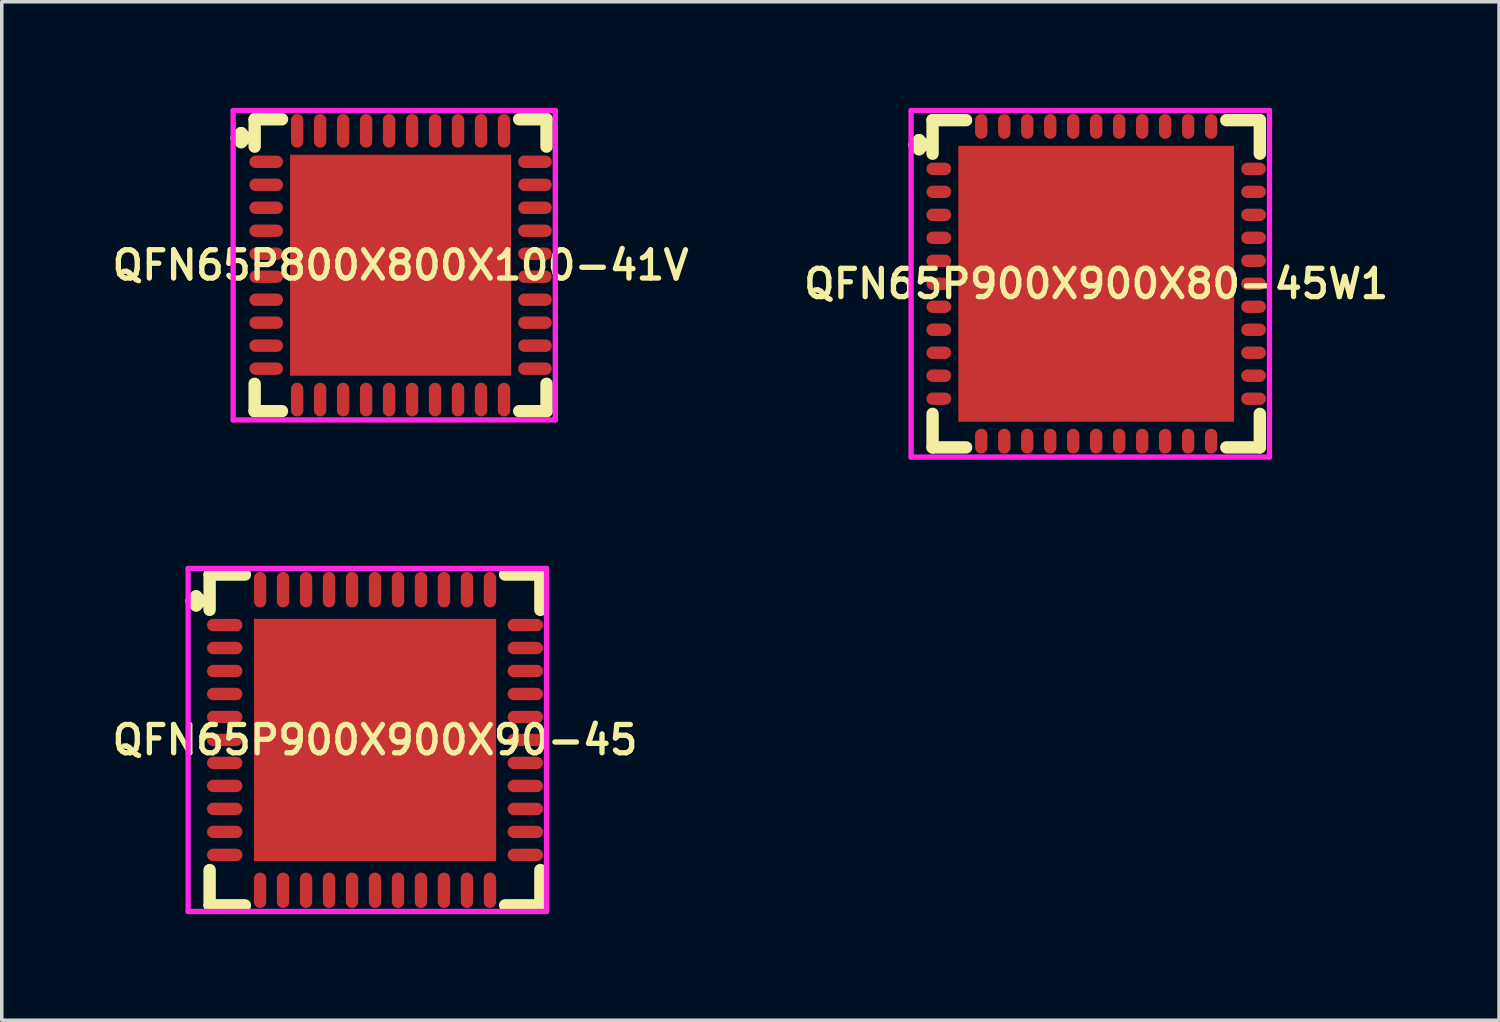
<source format=kicad_pcb>
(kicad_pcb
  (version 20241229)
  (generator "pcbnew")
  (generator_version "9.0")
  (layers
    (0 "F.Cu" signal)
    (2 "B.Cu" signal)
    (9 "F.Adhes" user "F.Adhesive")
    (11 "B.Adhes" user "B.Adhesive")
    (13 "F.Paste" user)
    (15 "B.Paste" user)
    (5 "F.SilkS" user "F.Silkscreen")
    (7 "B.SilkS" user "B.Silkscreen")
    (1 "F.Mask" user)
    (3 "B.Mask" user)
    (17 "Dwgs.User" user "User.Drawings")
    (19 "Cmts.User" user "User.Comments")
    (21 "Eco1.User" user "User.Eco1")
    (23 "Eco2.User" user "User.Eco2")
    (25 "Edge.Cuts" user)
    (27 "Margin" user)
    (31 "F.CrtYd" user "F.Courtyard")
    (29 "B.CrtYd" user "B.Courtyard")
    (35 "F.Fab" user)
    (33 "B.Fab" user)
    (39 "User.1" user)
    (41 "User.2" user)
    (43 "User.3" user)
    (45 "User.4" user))
  (footprint "QFN65P900X900X80-45W1"
    (layer "F.Cu")
    (at 27.949 4.975)
    (property "Reference" "QFN65P900X900X80-45W1" (at 0 0 0) (layer "F.SilkS") (effects (font (size 0.8 0.8) (thickness 0.15))))
    (attr through_hole)
    (fp_line (start -5.135 -3.933) (end -5.008 -4.06) (stroke (width 0.35) (type solid)) (layer "F.SilkS"))
    (fp_line (start -5.008 -4.06) (end -4.881 -3.933) (stroke (width 0.35) (type solid)) (layer "F.SilkS"))
    (fp_line (start -5.008 -3.806) (end -5.135 -3.933) (stroke (width 0.35) (type solid)) (layer "F.SilkS"))
    (fp_line (start -4.881 -3.933) (end -5.008 -3.806) (stroke (width 0.35) (type solid)) (layer "F.SilkS"))
    (fp_line (start -4.627 -4.627) (end -3.679 -4.627) (stroke (width 0.35) (type solid)) (layer "F.SilkS"))
    (fp_line (start -4.627 -3.679) (end -4.627 -4.627) (stroke (width 0.35) (type solid)) (layer "F.SilkS"))
    (fp_line (start -4.627 3.679) (end -4.627 4.627) (stroke (width 0.35) (type solid)) (layer "F.SilkS"))
    (fp_line (start -4.627 4.627) (end -3.679 4.627) (stroke (width 0.35) (type solid)) (layer "F.SilkS"))
    (fp_line (start 3.679 -4.627) (end 4.627 -4.627) (stroke (width 0.35) (type solid)) (layer "F.SilkS"))
    (fp_line (start 3.679 4.627) (end 4.627 4.627) (stroke (width 0.35) (type solid)) (layer "F.SilkS"))
    (fp_line (start 4.627 -4.627) (end 4.627 -3.679) (stroke (width 0.35) (type solid)) (layer "F.SilkS"))
    (fp_line (start 4.627 4.627) (end 4.627 3.679) (stroke (width 0.35) (type solid)) (layer "F.SilkS"))
    (fp_line (start -5.235 -4.9) (end 4.9 -4.9) (stroke (width 0.15) (type solid)) (layer "F.CrtYd"))
    (fp_line (start -5.235 4.9) (end -5.235 -4.9) (stroke (width 0.15) (type solid)) (layer "F.CrtYd"))
    (fp_line (start 4.9 -4.9) (end 4.9 4.9) (stroke (width 0.15) (type solid)) (layer "F.CrtYd"))
    (fp_line (start 4.9 4.9) (end -5.235 4.9) (stroke (width 0.15) (type solid)) (layer "F.CrtYd"))
    (pad "1" smd oval (at -4.45 -3.25) (size 0.7 0.35) (layers "F.Cu" "F.Mask" "F.Paste"))
    (pad "2" smd oval (at -4.45 -2.6) (size 0.7 0.35) (layers "F.Cu" "F.Mask" "F.Paste"))
    (pad "3" smd oval (at -4.45 -1.95) (size 0.7 0.35) (layers "F.Cu" "F.Mask" "F.Paste"))
    (pad "4" smd oval (at -4.45 -1.3) (size 0.7 0.35) (layers "F.Cu" "F.Mask" "F.Paste"))
    (pad "5" smd oval (at -4.45 -0.65) (size 0.7 0.35) (layers "F.Cu" "F.Mask" "F.Paste"))
    (pad "6" smd oval (at -4.45 0) (size 0.7 0.35) (layers "F.Cu" "F.Mask" "F.Paste"))
    (pad "7" smd oval (at -4.45 0.65) (size 0.7 0.35) (layers "F.Cu" "F.Mask" "F.Paste"))
    (pad "8" smd oval (at -4.45 1.3) (size 0.7 0.35) (layers "F.Cu" "F.Mask" "F.Paste"))
    (pad "9" smd oval (at -4.45 1.95) (size 0.7 0.35) (layers "F.Cu" "F.Mask" "F.Paste"))
    (pad "10" smd oval (at -4.45 2.6) (size 0.7 0.35) (layers "F.Cu" "F.Mask" "F.Paste"))
    (pad "11" smd oval (at -4.45 3.25) (size 0.7 0.35) (layers "F.Cu" "F.Mask" "F.Paste"))
    (pad "12" smd oval (at -3.25 4.45) (size 0.35 0.7) (layers "F.Cu" "F.Mask" "F.Paste"))
    (pad "13" smd oval (at -2.6 4.45) (size 0.35 0.7) (layers "F.Cu" "F.Mask" "F.Paste"))
    (pad "14" smd oval (at -1.95 4.45) (size 0.35 0.7) (layers "F.Cu" "F.Mask" "F.Paste"))
    (pad "15" smd oval (at -1.3 4.45) (size 0.35 0.7) (layers "F.Cu" "F.Mask" "F.Paste"))
    (pad "16" smd oval (at -0.65 4.45) (size 0.35 0.7) (layers "F.Cu" "F.Mask" "F.Paste"))
    (pad "17" smd oval (at 0 4.45) (size 0.35 0.7) (layers "F.Cu" "F.Mask" "F.Paste"))
    (pad "18" smd oval (at 0.65 4.45) (size 0.35 0.7) (layers "F.Cu" "F.Mask" "F.Paste"))
    (pad "19" smd oval (at 1.3 4.45) (size 0.35 0.7) (layers "F.Cu" "F.Mask" "F.Paste"))
    (pad "20" smd oval (at 1.95 4.45) (size 0.35 0.7) (layers "F.Cu" "F.Mask" "F.Paste"))
    (pad "21" smd oval (at 2.6 4.45) (size 0.35 0.7) (layers "F.Cu" "F.Mask" "F.Paste"))
    (pad "22" smd oval (at 3.25 4.45) (size 0.35 0.7) (layers "F.Cu" "F.Mask" "F.Paste"))
    (pad "23" smd oval (at 4.45 3.25) (size 0.7 0.35) (layers "F.Cu" "F.Mask" "F.Paste"))
    (pad "24" smd oval (at 4.45 2.6) (size 0.7 0.35) (layers "F.Cu" "F.Mask" "F.Paste"))
    (pad "25" smd oval (at 4.45 1.95) (size 0.7 0.35) (layers "F.Cu" "F.Mask" "F.Paste"))
    (pad "26" smd oval (at 4.45 1.3) (size 0.7 0.35) (layers "F.Cu" "F.Mask" "F.Paste"))
    (pad "27" smd oval (at 4.45 0.65) (size 0.7 0.35) (layers "F.Cu" "F.Mask" "F.Paste"))
    (pad "28" smd oval (at 4.45 0) (size 0.7 0.35) (layers "F.Cu" "F.Mask" "F.Paste"))
    (pad "29" smd oval (at 4.45 -0.65) (size 0.7 0.35) (layers "F.Cu" "F.Mask" "F.Paste"))
    (pad "30" smd oval (at 4.45 -1.3) (size 0.7 0.35) (layers "F.Cu" "F.Mask" "F.Paste"))
    (pad "31" smd oval (at 4.45 -1.95) (size 0.7 0.35) (layers "F.Cu" "F.Mask" "F.Paste"))
    (pad "32" smd oval (at 4.45 -2.6) (size 0.7 0.35) (layers "F.Cu" "F.Mask" "F.Paste"))
    (pad "33" smd oval (at 4.45 -3.25) (size 0.7 0.35) (layers "F.Cu" "F.Mask" "F.Paste"))
    (pad "34" smd oval (at 3.25 -4.45) (size 0.35 0.7) (layers "F.Cu" "F.Mask" "F.Paste"))
    (pad "35" smd oval (at 2.6 -4.45) (size 0.35 0.7) (layers "F.Cu" "F.Mask" "F.Paste"))
    (pad "36" smd oval (at 1.95 -4.45) (size 0.35 0.7) (layers "F.Cu" "F.Mask" "F.Paste"))
    (pad "37" smd oval (at 1.3 -4.45) (size 0.35 0.7) (layers "F.Cu" "F.Mask" "F.Paste"))
    (pad "38" smd oval (at 0.65 -4.45) (size 0.35 0.7) (layers "F.Cu" "F.Mask" "F.Paste"))
    (pad "39" smd oval (at 0 -4.45) (size 0.35 0.7) (layers "F.Cu" "F.Mask" "F.Paste"))
    (pad "40" smd oval (at -0.65 -4.45) (size 0.35 0.7) (layers "F.Cu" "F.Mask" "F.Paste"))
    (pad "41" smd oval (at -1.3 -4.45) (size 0.35 0.7) (layers "F.Cu" "F.Mask" "F.Paste"))
    (pad "42" smd oval (at -1.95 -4.45) (size 0.35 0.7) (layers "F.Cu" "F.Mask" "F.Paste"))
    (pad "43" smd oval (at -2.6 -4.45) (size 0.35 0.7) (layers "F.Cu" "F.Mask" "F.Paste"))
    (pad "44" smd oval (at -3.25 -4.45) (size 0.35 0.7) (layers "F.Cu" "F.Mask" "F.Paste"))
    (pad "45" smd rect (at 0 0) (size 7.8 7.8) (layers "F.Cu" "F.Mask" "F.Paste")))
  (footprint "QFN65P800X800X100-41V"
    (layer "F.Cu")
    (at 8.278 4.45)
    (property "Reference" "QFN65P800X800X100-41V" (at 0 0 0) (layer "F.SilkS") (effects (font (size 0.8 0.8) (thickness 0.15))))
    (attr smd)
    (fp_line (start -4.635 -3.608) (end -4.508 -3.735) (stroke (width 0.35) (type solid)) (layer "F.SilkS"))
    (fp_line (start -4.508 -3.735) (end -4.381 -3.608) (stroke (width 0.35) (type solid)) (layer "F.SilkS"))
    (fp_line (start -4.508 -3.481) (end -4.635 -3.608) (stroke (width 0.35) (type solid)) (layer "F.SilkS"))
    (fp_line (start -4.381 -3.608) (end -4.508 -3.481) (stroke (width 0.35) (type solid)) (layer "F.SilkS"))
    (fp_line (start -4.127 -4.127) (end -3.354 -4.127) (stroke (width 0.35) (type solid)) (layer "F.SilkS"))
    (fp_line (start -4.127 -3.354) (end -4.127 -4.127) (stroke (width 0.35) (type solid)) (layer "F.SilkS"))
    (fp_line (start -4.127 3.354) (end -4.127 4.127) (stroke (width 0.35) (type solid)) (layer "F.SilkS"))
    (fp_line (start -4.127 4.127) (end -3.354 4.127) (stroke (width 0.35) (type solid)) (layer "F.SilkS"))
    (fp_line (start 3.354 -4.127) (end 4.127 -4.127) (stroke (width 0.35) (type solid)) (layer "F.SilkS"))
    (fp_line (start 3.354 4.127) (end 4.127 4.127) (stroke (width 0.35) (type solid)) (layer "F.SilkS"))
    (fp_line (start 4.127 -4.127) (end 4.127 -3.354) (stroke (width 0.35) (type solid)) (layer "F.SilkS"))
    (fp_line (start 4.127 4.127) (end 4.127 3.354) (stroke (width 0.35) (type solid)) (layer "F.SilkS"))
    (fp_line (start -4.735 -4.375) (end 4.375 -4.375) (stroke (width 0.15) (type solid)) (layer "F.CrtYd"))
    (fp_line (start -4.735 4.375) (end -4.735 -4.375) (stroke (width 0.15) (type solid)) (layer "F.CrtYd"))
    (fp_line (start 4.375 -4.375) (end 4.375 4.375) (stroke (width 0.15) (type solid)) (layer "F.CrtYd"))
    (fp_line (start 4.375 4.375) (end -4.735 4.375) (stroke (width 0.15) (type solid)) (layer "F.CrtYd"))
    (pad "1" smd oval (at -3.8 -2.925) (size 0.95 0.35) (layers "F.Cu" "F.Mask" "F.Paste"))
    (pad "2" smd oval (at -3.8 -2.275) (size 0.95 0.35) (layers "F.Cu" "F.Mask" "F.Paste"))
    (pad "3" smd oval (at -3.8 -1.625) (size 0.95 0.35) (layers "F.Cu" "F.Mask" "F.Paste"))
    (pad "4" smd oval (at -3.8 -0.975) (size 0.95 0.35) (layers "F.Cu" "F.Mask" "F.Paste"))
    (pad "5" smd oval (at -3.8 -0.325) (size 0.95 0.35) (layers "F.Cu" "F.Mask" "F.Paste"))
    (pad "6" smd oval (at -3.8 0.325) (size 0.95 0.35) (layers "F.Cu" "F.Mask" "F.Paste"))
    (pad "7" smd oval (at -3.8 0.975) (size 0.95 0.35) (layers "F.Cu" "F.Mask" "F.Paste"))
    (pad "8" smd oval (at -3.8 1.625) (size 0.95 0.35) (layers "F.Cu" "F.Mask" "F.Paste"))
    (pad "9" smd oval (at -3.8 2.275) (size 0.95 0.35) (layers "F.Cu" "F.Mask" "F.Paste"))
    (pad "10" smd oval (at -3.8 2.925) (size 0.95 0.35) (layers "F.Cu" "F.Mask" "F.Paste"))
    (pad "11" smd oval (at -2.925 3.8) (size 0.35 0.95) (layers "F.Cu" "F.Mask" "F.Paste"))
    (pad "12" smd oval (at -2.275 3.8) (size 0.35 0.95) (layers "F.Cu" "F.Mask" "F.Paste"))
    (pad "13" smd oval (at -1.625 3.8) (size 0.35 0.95) (layers "F.Cu" "F.Mask" "F.Paste"))
    (pad "14" smd oval (at -0.975 3.8) (size 0.35 0.95) (layers "F.Cu" "F.Mask" "F.Paste"))
    (pad "15" smd oval (at -0.325 3.8) (size 0.35 0.95) (layers "F.Cu" "F.Mask" "F.Paste"))
    (pad "16" smd oval (at 0.325 3.8) (size 0.35 0.95) (layers "F.Cu" "F.Mask" "F.Paste"))
    (pad "17" smd oval (at 0.975 3.8) (size 0.35 0.95) (layers "F.Cu" "F.Mask" "F.Paste"))
    (pad "18" smd oval (at 1.625 3.8) (size 0.35 0.95) (layers "F.Cu" "F.Mask" "F.Paste"))
    (pad "19" smd oval (at 2.275 3.8) (size 0.35 0.95) (layers "F.Cu" "F.Mask" "F.Paste"))
    (pad "20" smd oval (at 2.925 3.8) (size 0.35 0.95) (layers "F.Cu" "F.Mask" "F.Paste"))
    (pad "21" smd oval (at 3.8 2.925) (size 0.95 0.35) (layers "F.Cu" "F.Mask" "F.Paste"))
    (pad "22" smd oval (at 3.8 2.275) (size 0.95 0.35) (layers "F.Cu" "F.Mask" "F.Paste"))
    (pad "23" smd oval (at 3.8 1.625) (size 0.95 0.35) (layers "F.Cu" "F.Mask" "F.Paste"))
    (pad "24" smd oval (at 3.8 0.975) (size 0.95 0.35) (layers "F.Cu" "F.Mask" "F.Paste"))
    (pad "25" smd oval (at 3.8 0.325) (size 0.95 0.35) (layers "F.Cu" "F.Mask" "F.Paste"))
    (pad "26" smd oval (at 3.8 -0.325) (size 0.95 0.35) (layers "F.Cu" "F.Mask" "F.Paste"))
    (pad "27" smd oval (at 3.8 -0.975) (size 0.95 0.35) (layers "F.Cu" "F.Mask" "F.Paste"))
    (pad "28" smd oval (at 3.8 -1.625) (size 0.95 0.35) (layers "F.Cu" "F.Mask" "F.Paste"))
    (pad "29" smd oval (at 3.8 -2.275) (size 0.95 0.35) (layers "F.Cu" "F.Mask" "F.Paste"))
    (pad "30" smd oval (at 3.8 -2.925) (size 0.95 0.35) (layers "F.Cu" "F.Mask" "F.Paste"))
    (pad "31" smd oval (at 2.925 -3.8) (size 0.35 0.95) (layers "F.Cu" "F.Mask" "F.Paste"))
    (pad "32" smd oval (at 2.275 -3.8) (size 0.35 0.95) (layers "F.Cu" "F.Mask" "F.Paste"))
    (pad "33" smd oval (at 1.625 -3.8) (size 0.35 0.95) (layers "F.Cu" "F.Mask" "F.Paste"))
    (pad "34" smd oval (at 0.975 -3.8) (size 0.35 0.95) (layers "F.Cu" "F.Mask" "F.Paste"))
    (pad "35" smd oval (at 0.325 -3.8) (size 0.35 0.95) (layers "F.Cu" "F.Mask" "F.Paste"))
    (pad "36" smd oval (at -0.325 -3.8) (size 0.35 0.95) (layers "F.Cu" "F.Mask" "F.Paste"))
    (pad "37" smd oval (at -0.975 -3.8) (size 0.35 0.95) (layers "F.Cu" "F.Mask" "F.Paste"))
    (pad "38" smd oval (at -1.625 -3.8) (size 0.35 0.95) (layers "F.Cu" "F.Mask" "F.Paste"))
    (pad "39" smd oval (at -2.275 -3.8) (size 0.35 0.95) (layers "F.Cu" "F.Mask" "F.Paste"))
    (pad "40" smd oval (at -2.925 -3.8) (size 0.35 0.95) (layers "F.Cu" "F.Mask" "F.Paste"))
    (pad "41" smd rect (at 0 0) (size 6.25 6.25) (layers "F.Cu" "F.Mask" "F.Paste")))
  (footprint "QFN65P900X900X90-45"
    (layer "F.Cu")
    (at 7.555 17.875)
    (property "Reference" "QFN65P900X900X90-45" (at 0 0 0) (layer "F.SilkS") (effects (font (size 0.8 0.8) (thickness 0.15))))
    (attr smd)
    (fp_line (start -5.185 -3.933) (end -5.058 -4.06) (stroke (width 0.35) (type solid)) (layer "F.SilkS"))
    (fp_line (start -5.058 -4.06) (end -4.931 -3.933) (stroke (width 0.35) (type solid)) (layer "F.SilkS"))
    (fp_line (start -5.058 -3.806) (end -5.185 -3.933) (stroke (width 0.35) (type solid)) (layer "F.SilkS"))
    (fp_line (start -4.931 -3.933) (end -5.058 -3.806) (stroke (width 0.35) (type solid)) (layer "F.SilkS"))
    (fp_line (start -4.677 -4.677) (end -3.679 -4.677) (stroke (width 0.35) (type solid)) (layer "F.SilkS"))
    (fp_line (start -4.677 -3.679) (end -4.677 -4.677) (stroke (width 0.35) (type solid)) (layer "F.SilkS"))
    (fp_line (start -4.677 3.679) (end -4.677 4.677) (stroke (width 0.35) (type solid)) (layer "F.SilkS"))
    (fp_line (start -4.677 4.677) (end -3.679 4.677) (stroke (width 0.35) (type solid)) (layer "F.SilkS"))
    (fp_line (start 3.679 -4.677) (end 4.677 -4.677) (stroke (width 0.35) (type solid)) (layer "F.SilkS"))
    (fp_line (start 3.679 4.677) (end 4.677 4.677) (stroke (width 0.35) (type solid)) (layer "F.SilkS"))
    (fp_line (start 4.677 -4.677) (end 4.677 -3.679) (stroke (width 0.35) (type solid)) (layer "F.SilkS"))
    (fp_line (start 4.677 4.677) (end 4.677 3.679) (stroke (width 0.35) (type solid)) (layer "F.SilkS"))
    (fp_line (start -5.285 -4.85) (end 4.85 -4.85) (stroke (width 0.15) (type solid)) (layer "F.CrtYd"))
    (fp_line (start -5.285 4.85) (end -5.285 -4.85) (stroke (width 0.15) (type solid)) (layer "F.CrtYd"))
    (fp_line (start 4.85 -4.85) (end 4.85 4.85) (stroke (width 0.15) (type solid)) (layer "F.CrtYd"))
    (fp_line (start 4.85 4.85) (end -5.285 4.85) (stroke (width 0.15) (type solid)) (layer "F.CrtYd"))
    (pad "1" smd oval (at -4.25 -3.25) (size 1 0.35) (layers "F.Cu" "F.Mask" "F.Paste"))
    (pad "2" smd oval (at -4.25 -2.6) (size 1 0.35) (layers "F.Cu" "F.Mask" "F.Paste"))
    (pad "3" smd oval (at -4.25 -1.95) (size 1 0.35) (layers "F.Cu" "F.Mask" "F.Paste"))
    (pad "4" smd oval (at -4.25 -1.3) (size 1 0.35) (layers "F.Cu" "F.Mask" "F.Paste"))
    (pad "5" smd oval (at -4.25 -0.65) (size 1 0.35) (layers "F.Cu" "F.Mask" "F.Paste"))
    (pad "6" smd oval (at -4.25 0) (size 1 0.35) (layers "F.Cu" "F.Mask" "F.Paste"))
    (pad "7" smd oval (at -4.25 0.65) (size 1 0.35) (layers "F.Cu" "F.Mask" "F.Paste"))
    (pad "8" smd oval (at -4.25 1.3) (size 1 0.35) (layers "F.Cu" "F.Mask" "F.Paste"))
    (pad "9" smd oval (at -4.25 1.95) (size 1 0.35) (layers "F.Cu" "F.Mask" "F.Paste"))
    (pad "10" smd oval (at -4.25 2.6) (size 1 0.35) (layers "F.Cu" "F.Mask" "F.Paste"))
    (pad "11" smd oval (at -4.25 3.25) (size 1 0.35) (layers "F.Cu" "F.Mask" "F.Paste"))
    (pad "12" smd oval (at -3.25 4.25) (size 0.35 1) (layers "F.Cu" "F.Mask" "F.Paste"))
    (pad "13" smd oval (at -2.6 4.25) (size 0.35 1) (layers "F.Cu" "F.Mask" "F.Paste"))
    (pad "14" smd oval (at -1.95 4.25) (size 0.35 1) (layers "F.Cu" "F.Mask" "F.Paste"))
    (pad "15" smd oval (at -1.3 4.25) (size 0.35 1) (layers "F.Cu" "F.Mask" "F.Paste"))
    (pad "16" smd oval (at -0.65 4.25) (size 0.35 1) (layers "F.Cu" "F.Mask" "F.Paste"))
    (pad "17" smd oval (at 0 4.25) (size 0.35 1) (layers "F.Cu" "F.Mask" "F.Paste"))
    (pad "18" smd oval (at 0.65 4.25) (size 0.35 1) (layers "F.Cu" "F.Mask" "F.Paste"))
    (pad "19" smd oval (at 1.3 4.25) (size 0.35 1) (layers "F.Cu" "F.Mask" "F.Paste"))
    (pad "20" smd oval (at 1.95 4.25) (size 0.35 1) (layers "F.Cu" "F.Mask" "F.Paste"))
    (pad "21" smd oval (at 2.6 4.25) (size 0.35 1) (layers "F.Cu" "F.Mask" "F.Paste"))
    (pad "22" smd oval (at 3.25 4.25) (size 0.35 1) (layers "F.Cu" "F.Mask" "F.Paste"))
    (pad "23" smd oval (at 4.25 3.25) (size 1 0.35) (layers "F.Cu" "F.Mask" "F.Paste"))
    (pad "24" smd oval (at 4.25 2.6) (size 1 0.35) (layers "F.Cu" "F.Mask" "F.Paste"))
    (pad "25" smd oval (at 4.25 1.95) (size 1 0.35) (layers "F.Cu" "F.Mask" "F.Paste"))
    (pad "26" smd oval (at 4.25 1.3) (size 1 0.35) (layers "F.Cu" "F.Mask" "F.Paste"))
    (pad "27" smd oval (at 4.25 0.65) (size 1 0.35) (layers "F.Cu" "F.Mask" "F.Paste"))
    (pad "28" smd oval (at 4.25 0) (size 1 0.35) (layers "F.Cu" "F.Mask" "F.Paste"))
    (pad "29" smd oval (at 4.25 -0.65) (size 1 0.35) (layers "F.Cu" "F.Mask" "F.Paste"))
    (pad "30" smd oval (at 4.25 -1.3) (size 1 0.35) (layers "F.Cu" "F.Mask" "F.Paste"))
    (pad "31" smd oval (at 4.25 -1.95) (size 1 0.35) (layers "F.Cu" "F.Mask" "F.Paste"))
    (pad "32" smd oval (at 4.25 -2.6) (size 1 0.35) (layers "F.Cu" "F.Mask" "F.Paste"))
    (pad "33" smd oval (at 4.25 -3.25) (size 1 0.35) (layers "F.Cu" "F.Mask" "F.Paste"))
    (pad "34" smd oval (at 3.25 -4.25) (size 0.35 1) (layers "F.Cu" "F.Mask" "F.Paste"))
    (pad "35" smd oval (at 2.6 -4.25) (size 0.35 1) (layers "F.Cu" "F.Mask" "F.Paste"))
    (pad "36" smd oval (at 1.95 -4.25) (size 0.35 1) (layers "F.Cu" "F.Mask" "F.Paste"))
    (pad "37" smd oval (at 1.3 -4.25) (size 0.35 1) (layers "F.Cu" "F.Mask" "F.Paste"))
    (pad "38" smd oval (at 0.65 -4.25) (size 0.35 1) (layers "F.Cu" "F.Mask" "F.Paste"))
    (pad "39" smd oval (at 0 -4.25) (size 0.35 1) (layers "F.Cu" "F.Mask" "F.Paste"))
    (pad "40" smd oval (at -0.65 -4.25) (size 0.35 1) (layers "F.Cu" "F.Mask" "F.Paste"))
    (pad "41" smd oval (at -1.3 -4.25) (size 0.35 1) (layers "F.Cu" "F.Mask" "F.Paste"))
    (pad "42" smd oval (at -1.95 -4.25) (size 0.35 1) (layers "F.Cu" "F.Mask" "F.Paste"))
    (pad "43" smd oval (at -2.6 -4.25) (size 0.35 1) (layers "F.Cu" "F.Mask" "F.Paste"))
    (pad "44" smd oval (at -3.25 -4.25) (size 0.35 1) (layers "F.Cu" "F.Mask" "F.Paste"))
    (pad "45" smd rect (at 0 0) (size 6.85 6.85) (layers "F.Cu" "F.Mask" "F.Paste")))
  (gr_rect
    (start -3 -3)
    (end 39.342 25.8)
    (stroke (width 0.1) (type default))
    (fill no)
    (layer "Edge.Cuts")))
</source>
